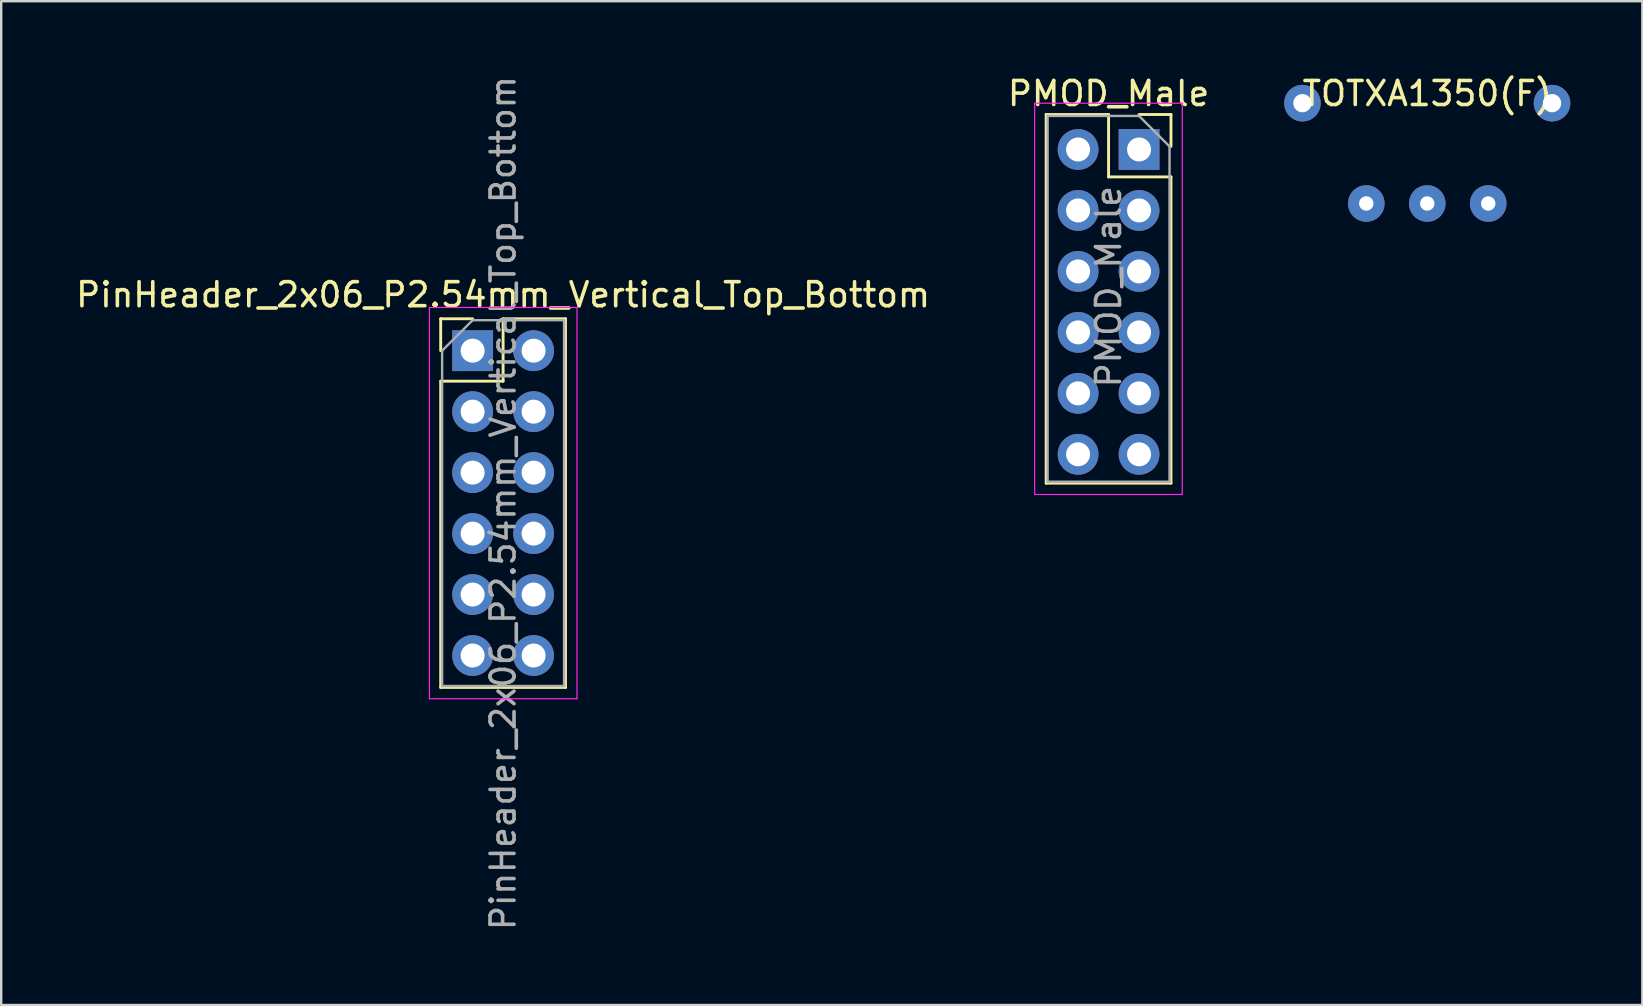
<source format=kicad_pcb>
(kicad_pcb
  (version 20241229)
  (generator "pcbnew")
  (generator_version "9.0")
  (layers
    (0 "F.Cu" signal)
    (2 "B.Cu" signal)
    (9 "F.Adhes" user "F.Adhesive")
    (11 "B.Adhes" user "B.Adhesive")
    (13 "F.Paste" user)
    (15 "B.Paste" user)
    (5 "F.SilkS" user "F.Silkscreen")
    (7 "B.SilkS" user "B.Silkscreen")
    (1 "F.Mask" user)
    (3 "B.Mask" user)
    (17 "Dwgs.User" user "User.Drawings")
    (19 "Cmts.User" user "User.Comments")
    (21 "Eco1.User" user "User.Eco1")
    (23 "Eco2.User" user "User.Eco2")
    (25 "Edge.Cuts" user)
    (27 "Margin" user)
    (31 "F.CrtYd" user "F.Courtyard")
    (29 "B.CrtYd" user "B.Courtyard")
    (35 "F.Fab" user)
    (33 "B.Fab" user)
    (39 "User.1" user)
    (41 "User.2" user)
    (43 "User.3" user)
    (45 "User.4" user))
  (footprint "TOTXA1350(F)"
    (layer "F.Cu")
    (at 56.414 0.348)
    (property "Reference" "TOTXA1350(F)" (at 0 0.5 0) (layer "F.SilkS") (effects (font (size 1 1) (thickness 0.15))))
    (attr through_hole)
    (pad "1" thru_hole oval (at -2.54 5.08 180) (size 1.524 1.524) (drill 0.6) (layers "*.Cu" "*.Mask"))
    (pad "2" thru_hole oval (at 0 5.08 180) (size 1.524 1.524) (drill 0.6) (layers "*.Cu" "*.Mask"))
    (pad "3" thru_hole oval (at 2.54 5.08 180) (size 1.524 1.524) (drill 0.6) (layers "*.Cu" "*.Mask"))
    (pad "4" thru_hole circle (at -5.2 0.9) (size 1.524 1.524) (drill 0.762) (layers "*.Cu" "*.Mask"))
    (pad "5" thru_hole circle (at 5.2 0.9) (size 1.524 1.524) (drill 0.762) (layers "*.Cu" "*.Mask")))
  (footprint "PinHeader_2x06_P2.54mm_Vertical_Top_Bottom"
    (layer "F.Cu")
    (at 16.641 11.561)
    (property "Reference" "PinHeader_2x06_P2.54mm_Vertical_Top_Bottom" (at 1.27 -2.33 180) (layer "F.SilkS") (effects (font (size 1 1) (thickness 0.15))))
    (attr through_hole)
    (fp_line (start -1.33 -1.33) (end 0 -1.33) (stroke (width 0.12) (type solid)) (layer "F.SilkS"))
    (fp_line (start -1.33 0) (end -1.33 -1.33) (stroke (width 0.12) (type solid)) (layer "F.SilkS"))
    (fp_line (start -1.33 1.27) (end -1.33 14.03) (stroke (width 0.12) (type solid)) (layer "F.SilkS"))
    (fp_line (start -1.33 1.27) (end 1.27 1.27) (stroke (width 0.12) (type solid)) (layer "F.SilkS"))
    (fp_line (start -1.33 14.03) (end 3.87 14.03) (stroke (width 0.12) (type solid)) (layer "F.SilkS"))
    (fp_line (start 1.27 -1.33) (end 3.87 -1.33) (stroke (width 0.12) (type solid)) (layer "F.SilkS"))
    (fp_line (start 1.27 1.27) (end 1.27 -1.33) (stroke (width 0.12) (type solid)) (layer "F.SilkS"))
    (fp_line (start 3.87 -1.33) (end 3.87 14.03) (stroke (width 0.12) (type solid)) (layer "F.SilkS"))
    (fp_line (start -1.8 -1.8) (end -1.8 14.5) (stroke (width 0.05) (type solid)) (layer "F.CrtYd"))
    (fp_line (start -1.8 14.5) (end 4.35 14.5) (stroke (width 0.05) (type solid)) (layer "F.CrtYd"))
    (fp_line (start 4.35 -1.8) (end -1.8 -1.8) (stroke (width 0.05) (type solid)) (layer "F.CrtYd"))
    (fp_line (start 4.35 14.5) (end 4.35 -1.8) (stroke (width 0.05) (type solid)) (layer "F.CrtYd"))
    (fp_line (start -1.27 0) (end 0 -1.27) (stroke (width 0.1) (type solid)) (layer "F.Fab"))
    (fp_line (start -1.27 13.97) (end -1.27 0) (stroke (width 0.1) (type solid)) (layer "F.Fab"))
    (fp_line (start 0 -1.27) (end 3.81 -1.27) (stroke (width 0.1) (type solid)) (layer "F.Fab"))
    (fp_line (start 3.81 -1.27) (end 3.81 13.97) (stroke (width 0.1) (type solid)) (layer "F.Fab"))
    (fp_line (start 3.81 13.97) (end -1.27 13.97) (stroke (width 0.1) (type solid)) (layer "F.Fab"))
    (fp_text user "${REFERENCE}" (at 1.27 6.35 270) (layer "F.Fab") (effects (font (size 1 1) (thickness 0.15))))
    (pad "1" thru_hole rect (at 0 0) (size 1.7 1.7) (drill 1) (layers "*.Cu" "*.Mask"))
    (pad "2" thru_hole oval (at 0 2.54) (size 1.7 1.7) (drill 1) (layers "*.Cu" "*.Mask"))
    (pad "3" thru_hole oval (at 0 5.08) (size 1.7 1.7) (drill 1) (layers "*.Cu" "*.Mask"))
    (pad "4" thru_hole oval (at 0 7.62) (size 1.7 1.7) (drill 1) (layers "*.Cu" "*.Mask"))
    (pad "5" thru_hole oval (at 0 10.16) (size 1.7 1.7) (drill 1) (layers "*.Cu" "*.Mask"))
    (pad "6" thru_hole oval (at 0 12.7) (size 1.7 1.7) (drill 1) (layers "*.Cu" "*.Mask"))
    (pad "7" thru_hole oval (at 2.54 0) (size 1.7 1.7) (drill 1) (layers "*.Cu" "*.Mask"))
    (pad "8" thru_hole oval (at 2.54 2.54) (size 1.7 1.7) (drill 1) (layers "*.Cu" "*.Mask"))
    (pad "9" thru_hole oval (at 2.54 5.08) (size 1.7 1.7) (drill 1) (layers "*.Cu" "*.Mask"))
    (pad "10" thru_hole oval (at 2.54 7.62) (size 1.7 1.7) (drill 1) (layers "*.Cu" "*.Mask"))
    (pad "11" thru_hole oval (at 2.54 10.16) (size 1.7 1.7) (drill 1) (layers "*.Cu" "*.Mask"))
    (pad "12" thru_hole oval (at 2.54 12.7) (size 1.7 1.7) (drill 1) (layers "*.Cu" "*.Mask")))
  (footprint "PMOD_Male"
    (layer "F.Cu")
    (at 44.407 3.178)
    (property "Reference" "PMOD_Male" (at -1.27 -2.33 0) (layer "F.SilkS") (effects (font (size 1 1) (thickness 0.15))))
    (attr through_hole)
    (fp_line (start -3.87 -1.457) (end -3.87 13.903) (stroke (width 0.12) (type solid)) (layer "F.SilkS"))
    (fp_line (start -1.27 -1.457) (end -3.87 -1.457) (stroke (width 0.12) (type solid)) (layer "F.SilkS"))
    (fp_line (start -1.27 1.143) (end -1.27 -1.457) (stroke (width 0.12) (type solid)) (layer "F.SilkS"))
    (fp_line (start 1.33 -1.457) (end 0 -1.457) (stroke (width 0.12) (type solid)) (layer "F.SilkS"))
    (fp_line (start 1.33 -0.127) (end 1.33 -1.457) (stroke (width 0.12) (type solid)) (layer "F.SilkS"))
    (fp_line (start 1.33 1.143) (end -1.27 1.143) (stroke (width 0.12) (type solid)) (layer "F.SilkS"))
    (fp_line (start 1.33 1.143) (end 1.33 13.903) (stroke (width 0.12) (type solid)) (layer "F.SilkS"))
    (fp_line (start 1.33 13.903) (end -3.87 13.903) (stroke (width 0.12) (type solid)) (layer "F.SilkS"))
    (fp_line (start -4.35 -1.927) (end 1.8 -1.927) (stroke (width 0.05) (type solid)) (layer "F.CrtYd"))
    (fp_line (start -4.35 14.373) (end -4.35 -1.927) (stroke (width 0.05) (type solid)) (layer "F.CrtYd"))
    (fp_line (start 1.8 -1.927) (end 1.8 14.373) (stroke (width 0.05) (type solid)) (layer "F.CrtYd"))
    (fp_line (start 1.8 14.373) (end -4.35 14.373) (stroke (width 0.05) (type solid)) (layer "F.CrtYd"))
    (fp_line (start -3.81 -1.397) (end -3.81 13.843) (stroke (width 0.1) (type solid)) (layer "F.Fab"))
    (fp_line (start -3.81 13.843) (end 1.27 13.843) (stroke (width 0.1) (type solid)) (layer "F.Fab"))
    (fp_line (start 0 -1.397) (end -3.81 -1.397) (stroke (width 0.1) (type solid)) (layer "F.Fab"))
    (fp_line (start 1.27 -0.127) (end 0 -1.397) (stroke (width 0.1) (type solid)) (layer "F.Fab"))
    (fp_line (start 1.27 13.843) (end 1.27 -0.127) (stroke (width 0.1) (type solid)) (layer "F.Fab"))
    (fp_text user "${REFERENCE}" (at -1.27 5.715 90) (layer "F.Fab") (effects (font (size 1 1) (thickness 0.15))))
    (pad "1" thru_hole rect (at 0 0) (size 1.7 1.7) (drill 1) (layers "*.Cu" "*.Mask"))
    (pad "2" thru_hole oval (at 0 2.54) (size 1.7 1.7) (drill 1) (layers "*.Cu" "*.Mask"))
    (pad "3" thru_hole oval (at 0 5.08) (size 1.7 1.7) (drill 1) (layers "*.Cu" "*.Mask"))
    (pad "4" thru_hole oval (at 0 7.62) (size 1.7 1.7) (drill 1) (layers "*.Cu" "*.Mask"))
    (pad "5" thru_hole oval (at 0 10.16) (size 1.7 1.7) (drill 1) (layers "*.Cu" "*.Mask"))
    (pad "6" thru_hole oval (at 0 12.7) (size 1.7 1.7) (drill 1) (layers "*.Cu" "*.Mask"))
    (pad "7" thru_hole oval (at -2.54 0) (size 1.7 1.7) (drill 1) (layers "*.Cu" "*.Mask"))
    (pad "8" thru_hole oval (at -2.54 2.54) (size 1.7 1.7) (drill 1) (layers "*.Cu" "*.Mask"))
    (pad "9" thru_hole oval (at -2.54 5.08) (size 1.7 1.7) (drill 1) (layers "*.Cu" "*.Mask"))
    (pad "10" thru_hole oval (at -2.54 7.62) (size 1.7 1.7) (drill 1) (layers "*.Cu" "*.Mask"))
    (pad "11" thru_hole oval (at -2.54 10.16) (size 1.7 1.7) (drill 1) (layers "*.Cu" "*.Mask"))
    (pad "12" thru_hole oval (at -2.54 12.7) (size 1.7 1.7) (drill 1) (layers "*.Cu" "*.Mask")))
  (gr_rect
    (start -3 -3)
    (end 65.376 38.821)
    (stroke (width 0.1) (type default))
    (fill no)
    (layer "Edge.Cuts")))
</source>
